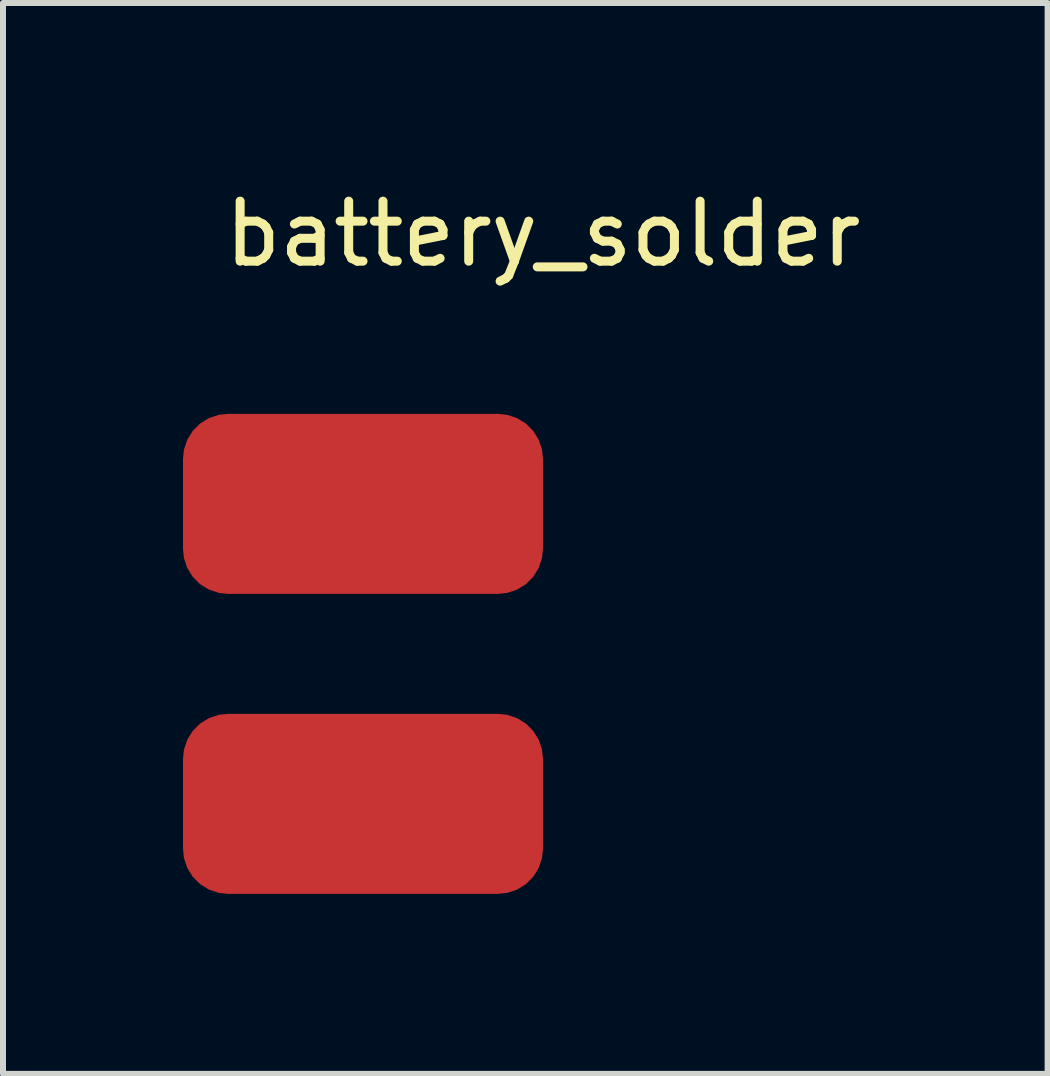
<source format=kicad_pcb>
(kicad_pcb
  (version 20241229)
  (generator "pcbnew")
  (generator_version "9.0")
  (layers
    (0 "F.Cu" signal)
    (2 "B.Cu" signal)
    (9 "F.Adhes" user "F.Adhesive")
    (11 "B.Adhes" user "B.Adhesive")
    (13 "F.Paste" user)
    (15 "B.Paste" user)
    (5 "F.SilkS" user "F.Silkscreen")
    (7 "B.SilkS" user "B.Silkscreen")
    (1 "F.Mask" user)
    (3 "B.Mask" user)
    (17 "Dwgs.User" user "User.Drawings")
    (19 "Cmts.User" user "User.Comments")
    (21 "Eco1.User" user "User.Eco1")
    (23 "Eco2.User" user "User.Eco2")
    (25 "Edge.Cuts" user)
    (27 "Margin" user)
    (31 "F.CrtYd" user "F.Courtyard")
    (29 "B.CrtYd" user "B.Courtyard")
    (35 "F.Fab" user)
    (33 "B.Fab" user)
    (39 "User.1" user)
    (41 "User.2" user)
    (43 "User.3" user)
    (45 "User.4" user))
  (footprint "battery_solder"
    (layer "F.Cu")
    (at 6 1.348)
    (property "Reference" "battery_solder" (at 0 -0.5 0) (unlocked yes) (layer "F.SilkS") (effects (font (size 1 1) (thickness 0.15))))
    (attr smd)
    (pad "1" smd roundrect (at -3 4) (size 6 3) (layers "F.Cu" "F.Mask") (roundrect_rratio 0.25))
    (pad "2" smd roundrect (at -3 9) (size 6 3) (layers "F.Cu" "F.Mask") (roundrect_rratio 0.25)))
  (gr_rect
    (start -3 -3)
    (end 14.411 14.848)
    (stroke (width 0.1) (type default))
    (fill no)
    (layer "Edge.Cuts")))
</source>
